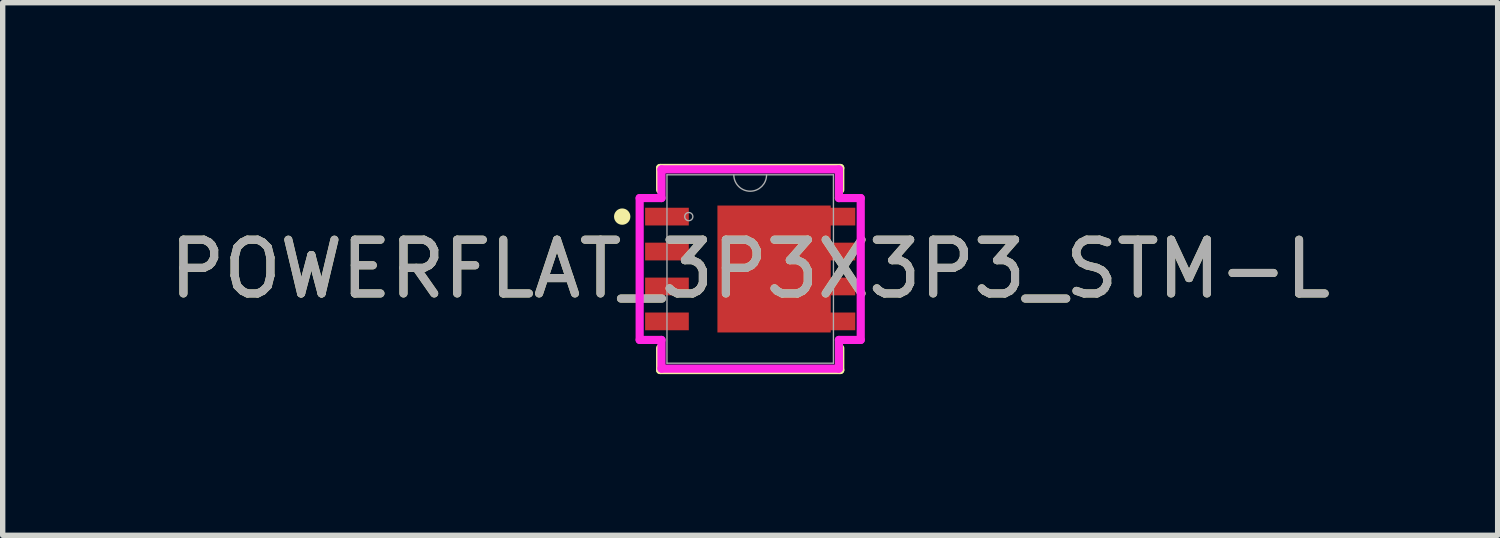
<source format=kicad_pcb>
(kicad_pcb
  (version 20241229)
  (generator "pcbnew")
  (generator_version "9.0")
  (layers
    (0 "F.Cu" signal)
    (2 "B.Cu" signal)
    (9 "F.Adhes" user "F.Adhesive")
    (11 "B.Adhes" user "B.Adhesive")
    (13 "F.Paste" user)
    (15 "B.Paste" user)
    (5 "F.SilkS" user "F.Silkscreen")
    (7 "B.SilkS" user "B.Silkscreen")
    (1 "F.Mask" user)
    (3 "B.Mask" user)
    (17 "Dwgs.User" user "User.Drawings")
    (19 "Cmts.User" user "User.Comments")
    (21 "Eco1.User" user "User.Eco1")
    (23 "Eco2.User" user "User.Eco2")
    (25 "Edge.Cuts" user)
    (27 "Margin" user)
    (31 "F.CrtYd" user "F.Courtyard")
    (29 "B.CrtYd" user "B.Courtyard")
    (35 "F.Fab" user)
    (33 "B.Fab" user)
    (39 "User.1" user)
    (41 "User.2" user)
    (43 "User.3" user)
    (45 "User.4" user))
  (footprint "POWERFLAT_3P3X3P3_STM-L"
    (layer "F.Cu")
    (at 10.911 1.956)
    (property "Reference" "POWERFLAT_3P3X3P3_STM-L" (at 0 0 0) (unlocked yes) (layer "F.SilkS") (effects (font (size 1 1) (thickness 0.15))))
    (attr smd)
    (fp_poly (pts (xy 1.499 -1.181) (xy -0.61 -1.181) (xy -0.61 1.181) (xy 1.499 1.181)) (stroke (width 0) (type solid)) (fill yes) (layer "F.Cu"))
    (fp_poly (pts (xy 1.499 -1.181) (xy -0.61 -1.181) (xy -0.61 1.181) (xy 1.499 1.181)) (stroke (width 0) (type solid)) (fill yes) (layer "F.Mask"))
    (fp_line (start -1.676 -1.88) (end -1.676 -1.473) (stroke (width 0.152) (type solid)) (layer "F.SilkS"))
    (fp_line (start -1.676 1.473) (end -1.676 1.88) (stroke (width 0.152) (type solid)) (layer "F.SilkS"))
    (fp_line (start -1.676 1.88) (end 1.676 1.88) (stroke (width 0.152) (type solid)) (layer "F.SilkS"))
    (fp_line (start 1.676 -1.88) (end -1.676 -1.88) (stroke (width 0.152) (type solid)) (layer "F.SilkS"))
    (fp_line (start 1.676 -1.473) (end 1.676 -1.88) (stroke (width 0.152) (type solid)) (layer "F.SilkS"))
    (fp_line (start 1.676 1.88) (end 1.676 1.473) (stroke (width 0.152) (type solid)) (layer "F.SilkS"))
    (fp_circle (center -2.382 -0.975) (end -2.306 -0.975) (stroke (width 0.152) (type solid)) (fill no) (layer "F.SilkS"))
    (fp_poly (pts (xy 1.499 -1.181) (xy -0.61 -1.181) (xy -0.61 1.181) (xy 1.499 1.181)) (stroke (width 0) (type solid)) (fill yes) (layer "F.Paste"))
    (fp_line (start -2.057 -1.32) (end -1.651 -1.32) (stroke (width 0.152) (type solid)) (layer "F.CrtYd"))
    (fp_line (start -2.057 1.32) (end -2.057 -1.32) (stroke (width 0.152) (type solid)) (layer "F.CrtYd"))
    (fp_line (start -2.057 1.32) (end -1.651 1.32) (stroke (width 0.152) (type solid)) (layer "F.CrtYd"))
    (fp_line (start -1.651 -1.854) (end 1.651 -1.854) (stroke (width 0.152) (type solid)) (layer "F.CrtYd"))
    (fp_line (start -1.651 -1.32) (end -1.651 -1.854) (stroke (width 0.152) (type solid)) (layer "F.CrtYd"))
    (fp_line (start -1.651 1.854) (end -1.651 1.32) (stroke (width 0.152) (type solid)) (layer "F.CrtYd"))
    (fp_line (start 1.651 -1.854) (end 1.651 -1.32) (stroke (width 0.152) (type solid)) (layer "F.CrtYd"))
    (fp_line (start 1.651 1.32) (end 1.651 1.854) (stroke (width 0.152) (type solid)) (layer "F.CrtYd"))
    (fp_line (start 1.651 1.854) (end -1.651 1.854) (stroke (width 0.152) (type solid)) (layer "F.CrtYd"))
    (fp_line (start 2.057 -1.32) (end 1.651 -1.32) (stroke (width 0.152) (type solid)) (layer "F.CrtYd"))
    (fp_line (start 2.057 -1.32) (end 2.057 1.32) (stroke (width 0.152) (type solid)) (layer "F.CrtYd"))
    (fp_line (start 2.057 1.32) (end 1.651 1.32) (stroke (width 0.152) (type solid)) (layer "F.CrtYd"))
    (fp_line (start -1.549 -1.753) (end -1.549 1.753) (stroke (width 0.025) (type solid)) (layer "F.Fab"))
    (fp_line (start -1.549 1.753) (end 1.549 1.753) (stroke (width 0.025) (type solid)) (layer "F.Fab"))
    (fp_line (start 1.549 -1.753) (end -1.549 -1.753) (stroke (width 0.025) (type solid)) (layer "F.Fab"))
    (fp_line (start 1.549 1.753) (end 1.549 -1.753) (stroke (width 0.025) (type solid)) (layer "F.Fab"))
    (fp_arc (start 0.3048 -1.7526) (mid 0 -1.4478) (end -0.3048 -1.7526) (stroke (width 0.0254) (type solid)) (layer "F.Fab"))
    (fp_circle (center -1.143 -0.975) (end -1.067 -0.975) (stroke (width 0.025) (type solid)) (fill no) (layer "F.Fab"))
    (fp_text user "${REFERENCE}" (at 0 0 0) (unlocked yes) (layer "F.Fab") (effects (font (size 1 1) (thickness 0.15))))
    (pad "1" smd rect (at -1.549 -0.975) (size 0.813 0.33) (layers "F.Cu" "F.Mask" "F.Paste"))
    (pad "2" smd rect (at -1.549 -0.325) (size 0.813 0.33) (layers "F.Cu" "F.Mask" "F.Paste"))
    (pad "3" smd rect (at -1.549 0.325) (size 0.813 0.33) (layers "F.Cu" "F.Mask" "F.Paste"))
    (pad "4" smd rect (at -1.549 0.975) (size 0.813 0.33) (layers "F.Cu" "F.Mask" "F.Paste"))
    (pad "5" smd rect (at 1.549 0.975) (size 0.813 0.33) (layers "F.Cu" "F.Mask" "F.Paste"))
    (pad "6" smd rect (at 1.549 0.325) (size 0.813 0.33) (layers "F.Cu" "F.Mask" "F.Paste"))
    (pad "7" smd rect (at 1.549 -0.325) (size 0.813 0.33) (layers "F.Cu" "F.Mask" "F.Paste"))
    (pad "8" smd rect (at 1.549 -0.975) (size 0.813 0.33) (layers "F.Cu" "F.Mask" "F.Paste")))
  (gr_rect
    (start -3 -3)
    (end 24.821 6.912)
    (stroke (width 0.1) (type default))
    (fill no)
    (layer "Edge.Cuts")))
</source>
